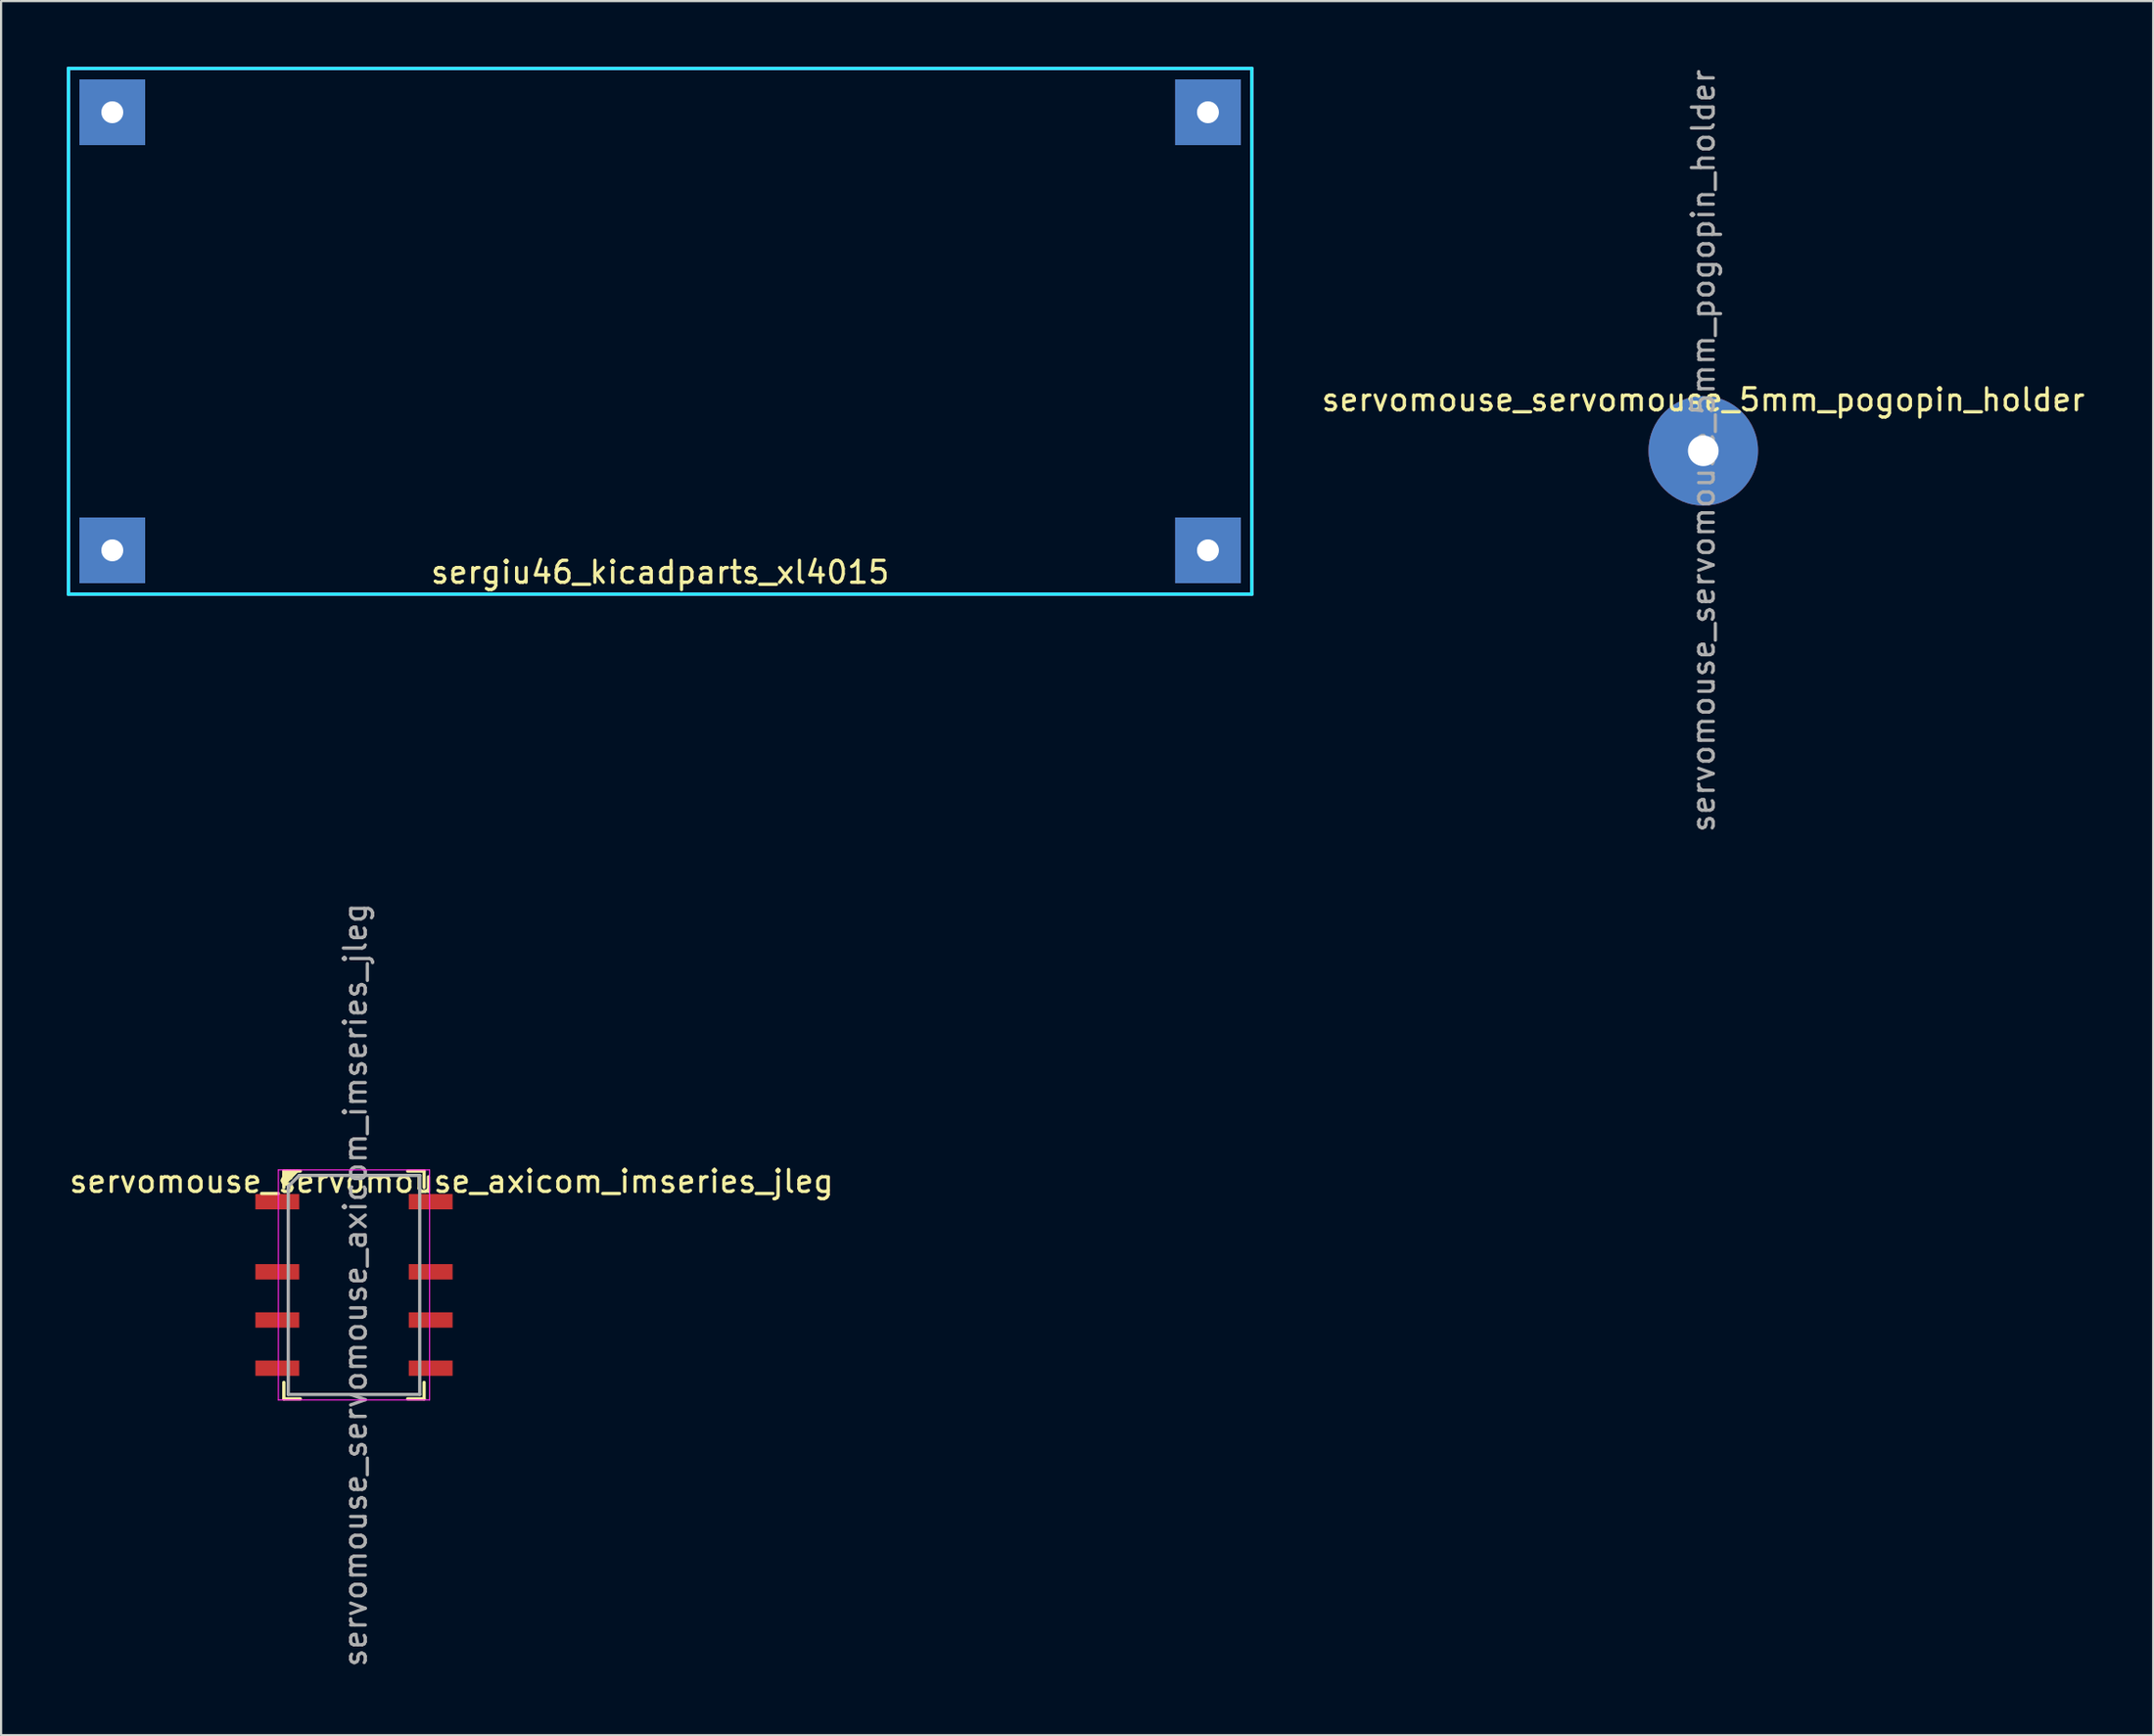
<source format=kicad_pcb>
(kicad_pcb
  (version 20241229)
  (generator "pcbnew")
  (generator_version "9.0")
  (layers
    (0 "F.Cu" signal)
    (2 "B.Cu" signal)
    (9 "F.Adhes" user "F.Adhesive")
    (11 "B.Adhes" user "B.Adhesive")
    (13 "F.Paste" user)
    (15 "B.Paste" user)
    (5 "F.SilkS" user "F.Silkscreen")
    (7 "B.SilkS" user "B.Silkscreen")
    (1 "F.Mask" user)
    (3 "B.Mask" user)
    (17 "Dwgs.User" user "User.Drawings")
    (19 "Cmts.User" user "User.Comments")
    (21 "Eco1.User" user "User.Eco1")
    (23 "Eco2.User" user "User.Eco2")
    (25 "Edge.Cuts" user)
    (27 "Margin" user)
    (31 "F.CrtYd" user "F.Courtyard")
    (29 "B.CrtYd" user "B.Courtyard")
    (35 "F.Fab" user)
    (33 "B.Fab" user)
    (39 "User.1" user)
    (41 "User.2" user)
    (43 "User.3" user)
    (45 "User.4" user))
  (footprint "servomouse_servomouse_5mm_pogopin_holder"
    (layer "F.Cu")
    (at 74.68 17.53)
    (property "Reference" "servomouse_servomouse_5mm_pogopin_holder" (at 0 -2.33 0) (layer "F.SilkS") (effects (font (size 1 1) (thickness 0.15))))
    (attr through_hole)
    (fp_text user "${REFERENCE}" (at 0 0 90) (layer "F.Fab") (effects (font (size 1 1) (thickness 0.15))))
    (pad "1" thru_hole circle (at 0 0) (size 5 5) (drill 1.4) (layers "*.Cu" "*.Mask")))
  (footprint "sergiu46_kicadparts_xl4015"
    (layer "F.Cu")
    (at 27.075 12.075)
    (property "Reference" "sergiu46_kicadparts_xl4015" (at 0 11 0) (layer "F.SilkS") (effects (font (size 1 1) (thickness 0.15))))
    (attr through_hole)
    (fp_line (start -27 -12) (end -27 12) (stroke (width 0.15) (type solid)) (layer "F.SilkS"))
    (fp_line (start -27 12) (end 27 12) (stroke (width 0.15) (type solid)) (layer "F.SilkS"))
    (fp_line (start 27 -12) (end -27 -12) (stroke (width 0.15) (type solid)) (layer "F.SilkS"))
    (fp_line (start 27 12) (end 27 -12) (stroke (width 0.15) (type solid)) (layer "F.SilkS"))
    (fp_line (start -27 -12) (end -27 12) (stroke (width 0.15) (type solid)) (layer "B.CrtYd"))
    (fp_line (start -27 12) (end 27 12) (stroke (width 0.15) (type solid)) (layer "B.CrtYd"))
    (fp_line (start 27 -12) (end -27 -12) (stroke (width 0.15) (type solid)) (layer "B.CrtYd"))
    (fp_line (start 27 12) (end 27 -12) (stroke (width 0.15) (type solid)) (layer "B.CrtYd"))
    (fp_line (start -27 -12) (end -27 12) (stroke (width 0.15) (type solid)) (layer "F.CrtYd"))
    (fp_line (start -27 12) (end 27 12) (stroke (width 0.15) (type solid)) (layer "F.CrtYd"))
    (fp_line (start 27 -12) (end -27 -12) (stroke (width 0.15) (type solid)) (layer "F.CrtYd"))
    (fp_line (start 27 12) (end 27 -12) (stroke (width 0.15) (type solid)) (layer "F.CrtYd"))
    (pad "1" thru_hole rect (at -25 -10) (size 3 3) (drill 1) (layers "*.Cu" "*.Mask"))
    (pad "2" thru_hole rect (at -25 10) (size 3 3) (drill 1) (layers "*.Cu" "*.Mask"))
    (pad "3" thru_hole rect (at 25 10) (size 3 3) (drill 1) (layers "*.Cu" "*.Mask"))
    (pad "4" thru_hole rect (at 25 -10) (size 3 3) (drill 1) (layers "*.Cu" "*.Mask")))
  (footprint "servomouse_servomouse_axicom_imseries_jleg"
    (layer "F.Cu")
    (at 13.104 55.613)
    (property "Reference" "servomouse_servomouse_axicom_imseries_jleg" (at 4.45 -4.725 180) (layer "F.SilkS") (effects (font (size 1 1) (thickness 0.15))))
    (attr smd)
    (fp_line (start -3.2 -5.2) (end -3.2 -4.45) (stroke (width 0.15) (type solid)) (layer "F.SilkS"))
    (fp_line (start -3.2 4.45) (end -3.2 5.2) (stroke (width 0.15) (type solid)) (layer "F.SilkS"))
    (fp_line (start -3.2 5.2) (end -2.45 5.2) (stroke (width 0.15) (type solid)) (layer "F.SilkS"))
    (fp_line (start -3.05 -5.2) (end -3.2 -5.05) (stroke (width 0.15) (type solid)) (layer "F.SilkS"))
    (fp_line (start -2.9 -5.2) (end -3.2 -4.9) (stroke (width 0.15) (type solid)) (layer "F.SilkS"))
    (fp_line (start -2.75 -5.2) (end -3.2 -4.75) (stroke (width 0.15) (type solid)) (layer "F.SilkS"))
    (fp_line (start -2.6 -5.2) (end -3.2 -4.6) (stroke (width 0.15) (type solid)) (layer "F.SilkS"))
    (fp_line (start -2.45 -5.2) (end -3.2 -5.2) (stroke (width 0.15) (type solid)) (layer "F.SilkS"))
    (fp_line (start 2.45 -5.2) (end 3.2 -5.2) (stroke (width 0.15) (type solid)) (layer "F.SilkS"))
    (fp_line (start 2.45 5.2) (end 3.2 5.2) (stroke (width 0.15) (type solid)) (layer "F.SilkS"))
    (fp_line (start 3.2 -5.2) (end 3.2 -4.45) (stroke (width 0.15) (type solid)) (layer "F.SilkS"))
    (fp_line (start 3.2 4.45) (end 3.2 5.2) (stroke (width 0.15) (type solid)) (layer "F.SilkS"))
    (fp_line (start -3.45 -5.25) (end -3.45 5.25) (stroke (width 0.05) (type solid)) (layer "F.CrtYd"))
    (fp_line (start -3.45 5.25) (end 3.45 5.25) (stroke (width 0.05) (type solid)) (layer "F.CrtYd"))
    (fp_line (start 3.45 -5.25) (end -3.45 -5.25) (stroke (width 0.05) (type solid)) (layer "F.CrtYd"))
    (fp_line (start 3.45 5.25) (end 3.45 -5.25) (stroke (width 0.05) (type solid)) (layer "F.CrtYd"))
    (fp_line (start -3 -4.5) (end -2.5 -5) (stroke (width 0.15) (type solid)) (layer "F.Fab"))
    (fp_line (start -3 5) (end -3 -4.5) (stroke (width 0.15) (type solid)) (layer "F.Fab"))
    (fp_line (start -2.5 -5) (end 3 -5) (stroke (width 0.15) (type solid)) (layer "F.Fab"))
    (fp_line (start 3 -5) (end 3 5) (stroke (width 0.15) (type solid)) (layer "F.Fab"))
    (fp_line (start 3 5) (end -3 5) (stroke (width 0.15) (type solid)) (layer "F.Fab"))
    (fp_text user "${REFERENCE}" (at 0.06 0 90) (layer "F.Fab") (effects (font (size 1 1) (thickness 0.15))))
    (pad "1" smd rect (at -3.5 -3.8) (size 2 0.7) (layers "F.Cu" "F.Mask" "F.Paste"))
    (pad "2" smd rect (at -3.5 -0.6) (size 2 0.7) (layers "F.Cu" "F.Mask" "F.Paste"))
    (pad "3" smd rect (at -3.5 1.6) (size 2 0.7) (layers "F.Cu" "F.Mask" "F.Paste"))
    (pad "4" smd rect (at -3.5 3.8) (size 2 0.7) (layers "F.Cu" "F.Mask" "F.Paste"))
    (pad "5" smd rect (at 3.5 3.8) (size 2 0.7) (layers "F.Cu" "F.Mask" "F.Paste"))
    (pad "6" smd rect (at 3.5 1.6) (size 2 0.7) (layers "F.Cu" "F.Mask" "F.Paste"))
    (pad "7" smd rect (at 3.5 -0.6) (size 2 0.7) (layers "F.Cu" "F.Mask" "F.Paste"))
    (pad "8" smd rect (at 3.5 -3.8) (size 2 0.7) (layers "F.Cu" "F.Mask" "F.Paste")))
  (gr_rect
    (start -3 -3)
    (end 95.21 76.167)
    (stroke (width 0.1) (type default))
    (fill no)
    (layer "Edge.Cuts")))
</source>
